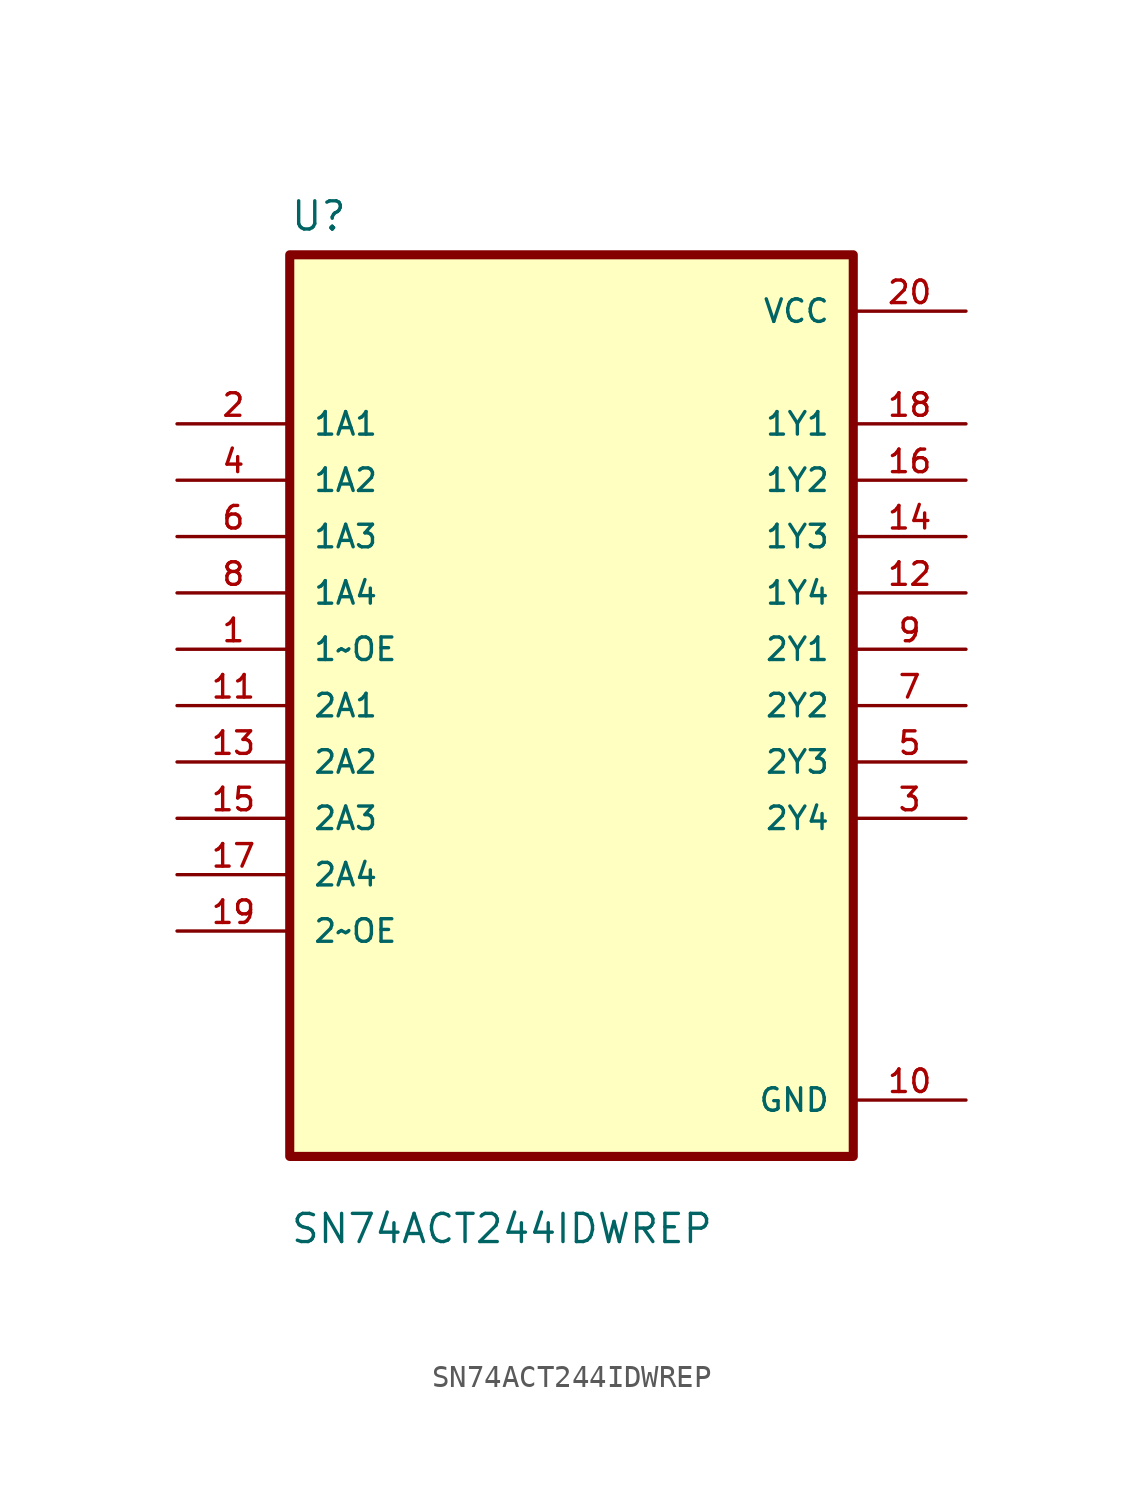
<source format=kicad_sym>
(kicad_symbol_lib
  (version 20211014)
  (generator kicad_symbol_editor)
  (symbol "SN74ACT244IDWREP"
    (pin_names
      (offset 1.016))
    (property "Reference" "U"
      (at -12.7 21.32 0.0)
      (effects (font (size 1.27 1.27)) (justify bottom left)))
    (property "Value" "SN74ACT244IDWREP"
      (at -12.7 -24.32 0.0)
      (effects (font (size 1.27 1.27)) (justify bottom left)))
    (symbol "SN74ACT244IDWREP_0_0"
      (rectangle (start -12.7 -20.32) (end 12.7 20.32) (stroke (width 0.41)) (fill (type background)))
      (pin input line (at -17.78 12.7 0) (length 5.08) (name "1A1" (effects (font (size 1.016 1.016)))) (number "2" (effects (font (size 1.016 1.016)))))
      (pin input line (at -17.78 10.16 0) (length 5.08) (name "1A2" (effects (font (size 1.016 1.016)))) (number "4" (effects (font (size 1.016 1.016)))))
      (pin input line (at -17.78 7.62 0) (length 5.08) (name "1A3" (effects (font (size 1.016 1.016)))) (number "6" (effects (font (size 1.016 1.016)))))
      (pin input line (at -17.78 5.08 0) (length 5.08) (name "1A4" (effects (font (size 1.016 1.016)))) (number "8" (effects (font (size 1.016 1.016)))))
      (pin input line (at -17.78 2.54 0) (length 5.08) (name "1~OE" (effects (font (size 1.016 1.016)))) (number "1" (effects (font (size 1.016 1.016)))))
      (pin input line (at -17.78 0.0 0) (length 5.08) (name "2A1" (effects (font (size 1.016 1.016)))) (number "11" (effects (font (size 1.016 1.016)))))
      (pin input line (at -17.78 -2.54 0) (length 5.08) (name "2A2" (effects (font (size 1.016 1.016)))) (number "13" (effects (font (size 1.016 1.016)))))
      (pin input line (at -17.78 -5.08 0) (length 5.08) (name "2A3" (effects (font (size 1.016 1.016)))) (number "15" (effects (font (size 1.016 1.016)))))
      (pin input line (at -17.78 -7.62 0) (length 5.08) (name "2A4" (effects (font (size 1.016 1.016)))) (number "17" (effects (font (size 1.016 1.016)))))
      (pin input line (at -17.78 -10.16 0) (length 5.08) (name "2~OE" (effects (font (size 1.016 1.016)))) (number "19" (effects (font (size 1.016 1.016)))))
      (pin power_in line (at 17.78 17.78 180.0) (length 5.08) (name "VCC" (effects (font (size 1.016 1.016)))) (number "20" (effects (font (size 1.016 1.016)))))
      (pin output line (at 17.78 12.7 180.0) (length 5.08) (name "1Y1" (effects (font (size 1.016 1.016)))) (number "18" (effects (font (size 1.016 1.016)))))
      (pin output line (at 17.78 10.16 180.0) (length 5.08) (name "1Y2" (effects (font (size 1.016 1.016)))) (number "16" (effects (font (size 1.016 1.016)))))
      (pin output line (at 17.78 7.62 180.0) (length 5.08) (name "1Y3" (effects (font (size 1.016 1.016)))) (number "14" (effects (font (size 1.016 1.016)))))
      (pin output line (at 17.78 5.08 180.0) (length 5.08) (name "1Y4" (effects (font (size 1.016 1.016)))) (number "12" (effects (font (size 1.016 1.016)))))
      (pin output line (at 17.78 2.54 180.0) (length 5.08) (name "2Y1" (effects (font (size 1.016 1.016)))) (number "9" (effects (font (size 1.016 1.016)))))
      (pin output line (at 17.78 0.0 180.0) (length 5.08) (name "2Y2" (effects (font (size 1.016 1.016)))) (number "7" (effects (font (size 1.016 1.016)))))
      (pin output line (at 17.78 -2.54 180.0) (length 5.08) (name "2Y3" (effects (font (size 1.016 1.016)))) (number "5" (effects (font (size 1.016 1.016)))))
      (pin output line (at 17.78 -5.08 180.0) (length 5.08) (name "2Y4" (effects (font (size 1.016 1.016)))) (number "3" (effects (font (size 1.016 1.016)))))
      (pin power_in line (at 17.78 -17.78 180.0) (length 5.08) (name "GND" (effects (font (size 1.016 1.016)))) (number "10" (effects (font (size 1.016 1.016))))))))
</source>
